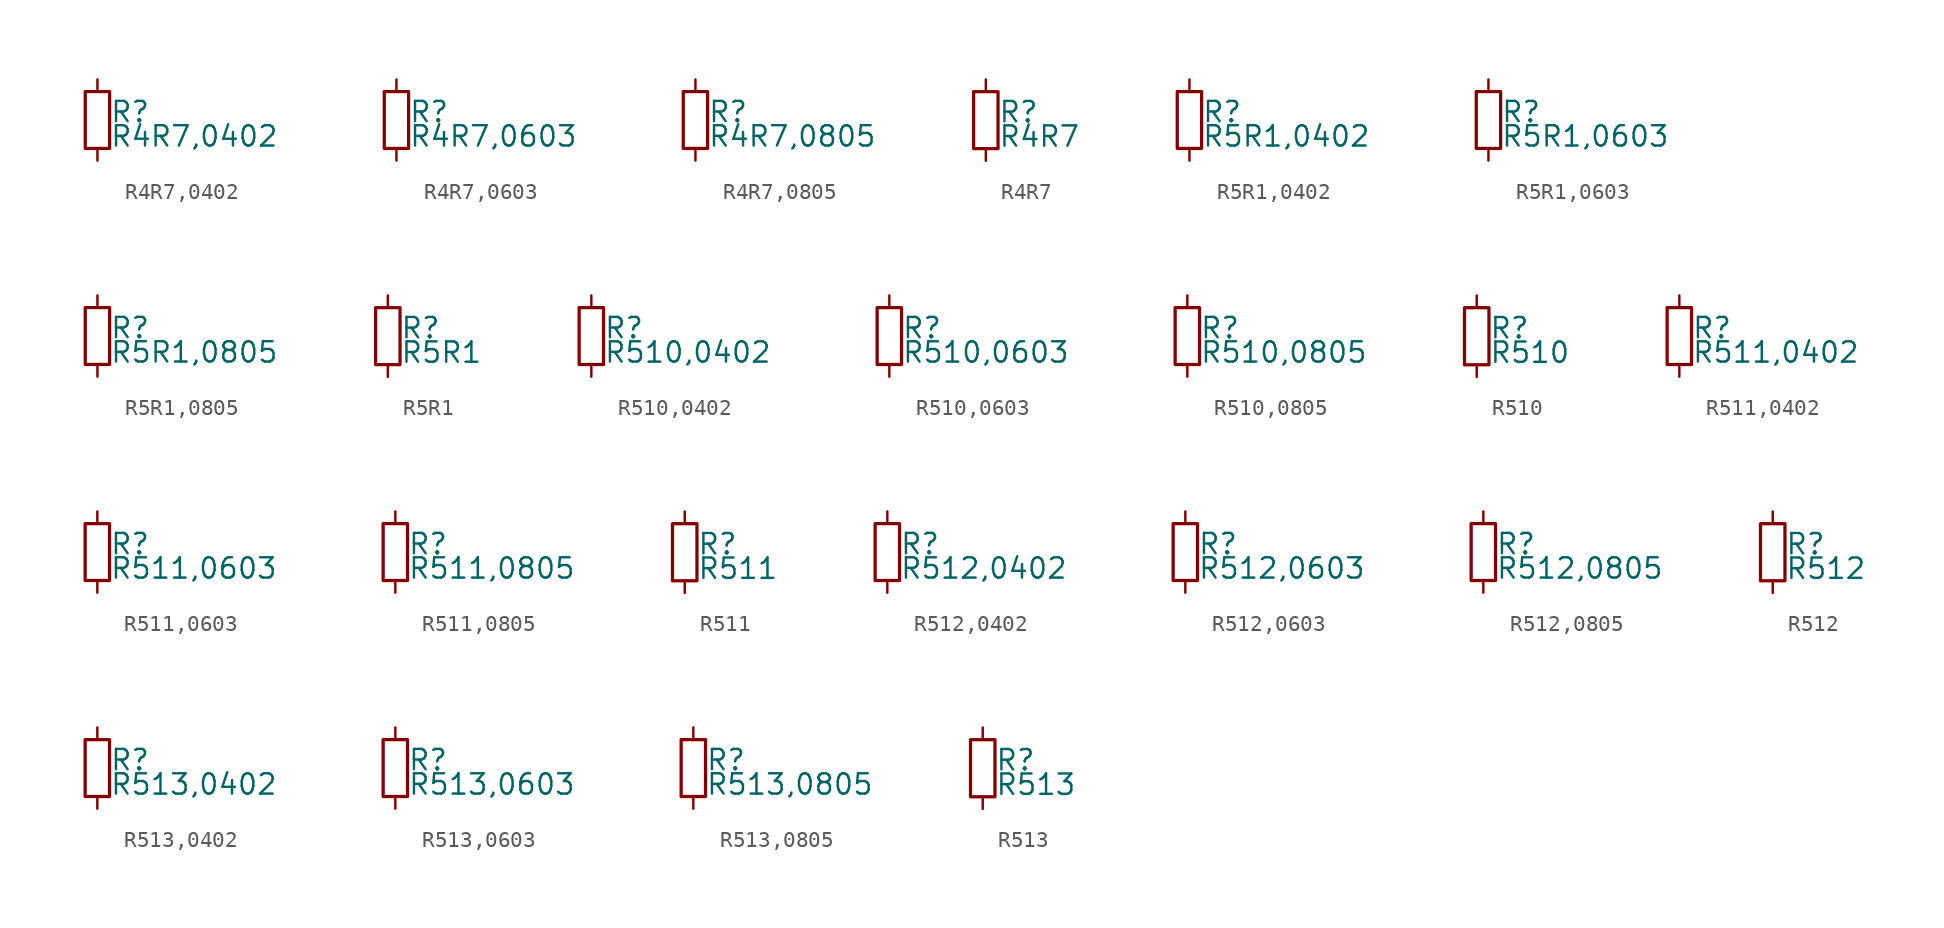
<source format=kicad_sym>
(kicad_symbol_lib
  (version 20211014)
  (generator kicad_symbol_editor)
  (symbol "R4R7,0402"
    (pin_numbers hide)
    (pin_names
      (offset 0.254) hide)
    (property "Reference" "R"
      (at 0.762 0.508 0)
      (effects (font (size 1.27 1.27)) (justify left)))
    (property "Value" "R4R7,0402"
      (at 0.762 -1.016 0)
      (effects (font (size 1.27 1.27)) (justify left)))
    (symbol "R4R7,0402_0_1"
      (rectangle (start -0.762 1.778) (end 0.762 -1.778) (stroke (width 0.203) (type default) (color 0 0 0 0)) (fill (type none))))
    (symbol "R4R7,0402_1_1"
      (pin passive line (at 0 2.54 270) (length 0.762) (name "~" (effects (font (size 1.27 1.27)))) (number "1" (effects (font (size 1.27 1.27)))))
      (pin passive line (at 0 -2.54 90) (length 0.762) (name "~" (effects (font (size 1.27 1.27)))) (number "2" (effects (font (size 1.27 1.27)))))))
  (symbol "R4R7,0603"
    (pin_numbers hide)
    (pin_names
      (offset 0.254) hide)
    (property "Reference" "R"
      (at 0.762 0.508 0)
      (effects (font (size 1.27 1.27)) (justify left)))
    (property "Value" "R4R7,0603"
      (at 0.762 -1.016 0)
      (effects (font (size 1.27 1.27)) (justify left)))
    (symbol "R4R7,0603_0_1"
      (rectangle (start -0.762 1.778) (end 0.762 -1.778) (stroke (width 0.203) (type default) (color 0 0 0 0)) (fill (type none))))
    (symbol "R4R7,0603_1_1"
      (pin passive line (at 0 2.54 270) (length 0.762) (name "~" (effects (font (size 1.27 1.27)))) (number "1" (effects (font (size 1.27 1.27)))))
      (pin passive line (at 0 -2.54 90) (length 0.762) (name "~" (effects (font (size 1.27 1.27)))) (number "2" (effects (font (size 1.27 1.27)))))))
  (symbol "R4R7,0805"
    (pin_numbers hide)
    (pin_names
      (offset 0.254) hide)
    (property "Reference" "R"
      (at 0.762 0.508 0)
      (effects (font (size 1.27 1.27)) (justify left)))
    (property "Value" "R4R7,0805"
      (at 0.762 -1.016 0)
      (effects (font (size 1.27 1.27)) (justify left)))
    (symbol "R4R7,0805_0_1"
      (rectangle (start -0.762 1.778) (end 0.762 -1.778) (stroke (width 0.203) (type default) (color 0 0 0 0)) (fill (type none))))
    (symbol "R4R7,0805_1_1"
      (pin passive line (at 0 2.54 270) (length 0.762) (name "~" (effects (font (size 1.27 1.27)))) (number "1" (effects (font (size 1.27 1.27)))))
      (pin passive line (at 0 -2.54 90) (length 0.762) (name "~" (effects (font (size 1.27 1.27)))) (number "2" (effects (font (size 1.27 1.27)))))))
  (symbol "R4R7"
    (pin_numbers hide)
    (pin_names
      (offset 0.254) hide)
    (property "Reference" "R"
      (at 0.762 0.508 0)
      (effects (font (size 1.27 1.27)) (justify left)))
    (property "Value" "R4R7"
      (at 0.762 -1.016 0)
      (effects (font (size 1.27 1.27)) (justify left)))
    (symbol "R4R7_0_1"
      (rectangle (start -0.762 1.778) (end 0.762 -1.778) (stroke (width 0.203) (type default) (color 0 0 0 0)) (fill (type none))))
    (symbol "R4R7_1_1"
      (pin passive line (at 0 2.54 270) (length 0.762) (name "~" (effects (font (size 1.27 1.27)))) (number "1" (effects (font (size 1.27 1.27)))))
      (pin passive line (at 0 -2.54 90) (length 0.762) (name "~" (effects (font (size 1.27 1.27)))) (number "2" (effects (font (size 1.27 1.27)))))))
  (symbol "R5R1,0402"
    (pin_numbers hide)
    (pin_names
      (offset 0.254) hide)
    (property "Reference" "R"
      (at 0.762 0.508 0)
      (effects (font (size 1.27 1.27)) (justify left)))
    (property "Value" "R5R1,0402"
      (at 0.762 -1.016 0)
      (effects (font (size 1.27 1.27)) (justify left)))
    (symbol "R5R1,0402_0_1"
      (rectangle (start -0.762 1.778) (end 0.762 -1.778) (stroke (width 0.203) (type default) (color 0 0 0 0)) (fill (type none))))
    (symbol "R5R1,0402_1_1"
      (pin passive line (at 0 2.54 270) (length 0.762) (name "~" (effects (font (size 1.27 1.27)))) (number "1" (effects (font (size 1.27 1.27)))))
      (pin passive line (at 0 -2.54 90) (length 0.762) (name "~" (effects (font (size 1.27 1.27)))) (number "2" (effects (font (size 1.27 1.27)))))))
  (symbol "R5R1,0603"
    (pin_numbers hide)
    (pin_names
      (offset 0.254) hide)
    (property "Reference" "R"
      (at 0.762 0.508 0)
      (effects (font (size 1.27 1.27)) (justify left)))
    (property "Value" "R5R1,0603"
      (at 0.762 -1.016 0)
      (effects (font (size 1.27 1.27)) (justify left)))
    (symbol "R5R1,0603_0_1"
      (rectangle (start -0.762 1.778) (end 0.762 -1.778) (stroke (width 0.203) (type default) (color 0 0 0 0)) (fill (type none))))
    (symbol "R5R1,0603_1_1"
      (pin passive line (at 0 2.54 270) (length 0.762) (name "~" (effects (font (size 1.27 1.27)))) (number "1" (effects (font (size 1.27 1.27)))))
      (pin passive line (at 0 -2.54 90) (length 0.762) (name "~" (effects (font (size 1.27 1.27)))) (number "2" (effects (font (size 1.27 1.27)))))))
  (symbol "R5R1,0805"
    (pin_numbers hide)
    (pin_names
      (offset 0.254) hide)
    (property "Reference" "R"
      (at 0.762 0.508 0)
      (effects (font (size 1.27 1.27)) (justify left)))
    (property "Value" "R5R1,0805"
      (at 0.762 -1.016 0)
      (effects (font (size 1.27 1.27)) (justify left)))
    (symbol "R5R1,0805_0_1"
      (rectangle (start -0.762 1.778) (end 0.762 -1.778) (stroke (width 0.203) (type default) (color 0 0 0 0)) (fill (type none))))
    (symbol "R5R1,0805_1_1"
      (pin passive line (at 0 2.54 270) (length 0.762) (name "~" (effects (font (size 1.27 1.27)))) (number "1" (effects (font (size 1.27 1.27)))))
      (pin passive line (at 0 -2.54 90) (length 0.762) (name "~" (effects (font (size 1.27 1.27)))) (number "2" (effects (font (size 1.27 1.27)))))))
  (symbol "R5R1"
    (pin_numbers hide)
    (pin_names
      (offset 0.254) hide)
    (property "Reference" "R"
      (at 0.762 0.508 0)
      (effects (font (size 1.27 1.27)) (justify left)))
    (property "Value" "R5R1"
      (at 0.762 -1.016 0)
      (effects (font (size 1.27 1.27)) (justify left)))
    (symbol "R5R1_0_1"
      (rectangle (start -0.762 1.778) (end 0.762 -1.778) (stroke (width 0.203) (type default) (color 0 0 0 0)) (fill (type none))))
    (symbol "R5R1_1_1"
      (pin passive line (at 0 2.54 270) (length 0.762) (name "~" (effects (font (size 1.27 1.27)))) (number "1" (effects (font (size 1.27 1.27)))))
      (pin passive line (at 0 -2.54 90) (length 0.762) (name "~" (effects (font (size 1.27 1.27)))) (number "2" (effects (font (size 1.27 1.27)))))))
  (symbol "R510,0402"
    (pin_numbers hide)
    (pin_names
      (offset 0.254) hide)
    (property "Reference" "R"
      (at 0.762 0.508 0)
      (effects (font (size 1.27 1.27)) (justify left)))
    (property "Value" "R510,0402"
      (at 0.762 -1.016 0)
      (effects (font (size 1.27 1.27)) (justify left)))
    (symbol "R510,0402_0_1"
      (rectangle (start -0.762 1.778) (end 0.762 -1.778) (stroke (width 0.203) (type default) (color 0 0 0 0)) (fill (type none))))
    (symbol "R510,0402_1_1"
      (pin passive line (at 0 2.54 270) (length 0.762) (name "~" (effects (font (size 1.27 1.27)))) (number "1" (effects (font (size 1.27 1.27)))))
      (pin passive line (at 0 -2.54 90) (length 0.762) (name "~" (effects (font (size 1.27 1.27)))) (number "2" (effects (font (size 1.27 1.27)))))))
  (symbol "R510,0603"
    (pin_numbers hide)
    (pin_names
      (offset 0.254) hide)
    (property "Reference" "R"
      (at 0.762 0.508 0)
      (effects (font (size 1.27 1.27)) (justify left)))
    (property "Value" "R510,0603"
      (at 0.762 -1.016 0)
      (effects (font (size 1.27 1.27)) (justify left)))
    (symbol "R510,0603_0_1"
      (rectangle (start -0.762 1.778) (end 0.762 -1.778) (stroke (width 0.203) (type default) (color 0 0 0 0)) (fill (type none))))
    (symbol "R510,0603_1_1"
      (pin passive line (at 0 2.54 270) (length 0.762) (name "~" (effects (font (size 1.27 1.27)))) (number "1" (effects (font (size 1.27 1.27)))))
      (pin passive line (at 0 -2.54 90) (length 0.762) (name "~" (effects (font (size 1.27 1.27)))) (number "2" (effects (font (size 1.27 1.27)))))))
  (symbol "R510,0805"
    (pin_numbers hide)
    (pin_names
      (offset 0.254) hide)
    (property "Reference" "R"
      (at 0.762 0.508 0)
      (effects (font (size 1.27 1.27)) (justify left)))
    (property "Value" "R510,0805"
      (at 0.762 -1.016 0)
      (effects (font (size 1.27 1.27)) (justify left)))
    (symbol "R510,0805_0_1"
      (rectangle (start -0.762 1.778) (end 0.762 -1.778) (stroke (width 0.203) (type default) (color 0 0 0 0)) (fill (type none))))
    (symbol "R510,0805_1_1"
      (pin passive line (at 0 2.54 270) (length 0.762) (name "~" (effects (font (size 1.27 1.27)))) (number "1" (effects (font (size 1.27 1.27)))))
      (pin passive line (at 0 -2.54 90) (length 0.762) (name "~" (effects (font (size 1.27 1.27)))) (number "2" (effects (font (size 1.27 1.27)))))))
  (symbol "R510"
    (pin_numbers hide)
    (pin_names
      (offset 0.254) hide)
    (property "Reference" "R"
      (at 0.762 0.508 0)
      (effects (font (size 1.27 1.27)) (justify left)))
    (property "Value" "R510"
      (at 0.762 -1.016 0)
      (effects (font (size 1.27 1.27)) (justify left)))
    (symbol "R510_0_1"
      (rectangle (start -0.762 1.778) (end 0.762 -1.778) (stroke (width 0.203) (type default) (color 0 0 0 0)) (fill (type none))))
    (symbol "R510_1_1"
      (pin passive line (at 0 2.54 270) (length 0.762) (name "~" (effects (font (size 1.27 1.27)))) (number "1" (effects (font (size 1.27 1.27)))))
      (pin passive line (at 0 -2.54 90) (length 0.762) (name "~" (effects (font (size 1.27 1.27)))) (number "2" (effects (font (size 1.27 1.27)))))))
  (symbol "R511,0402"
    (pin_numbers hide)
    (pin_names
      (offset 0.254) hide)
    (property "Reference" "R"
      (at 0.762 0.508 0)
      (effects (font (size 1.27 1.27)) (justify left)))
    (property "Value" "R511,0402"
      (at 0.762 -1.016 0)
      (effects (font (size 1.27 1.27)) (justify left)))
    (symbol "R511,0402_0_1"
      (rectangle (start -0.762 1.778) (end 0.762 -1.778) (stroke (width 0.203) (type default) (color 0 0 0 0)) (fill (type none))))
    (symbol "R511,0402_1_1"
      (pin passive line (at 0 2.54 270) (length 0.762) (name "~" (effects (font (size 1.27 1.27)))) (number "1" (effects (font (size 1.27 1.27)))))
      (pin passive line (at 0 -2.54 90) (length 0.762) (name "~" (effects (font (size 1.27 1.27)))) (number "2" (effects (font (size 1.27 1.27)))))))
  (symbol "R511,0603"
    (pin_numbers hide)
    (pin_names
      (offset 0.254) hide)
    (property "Reference" "R"
      (at 0.762 0.508 0)
      (effects (font (size 1.27 1.27)) (justify left)))
    (property "Value" "R511,0603"
      (at 0.762 -1.016 0)
      (effects (font (size 1.27 1.27)) (justify left)))
    (symbol "R511,0603_0_1"
      (rectangle (start -0.762 1.778) (end 0.762 -1.778) (stroke (width 0.203) (type default) (color 0 0 0 0)) (fill (type none))))
    (symbol "R511,0603_1_1"
      (pin passive line (at 0 2.54 270) (length 0.762) (name "~" (effects (font (size 1.27 1.27)))) (number "1" (effects (font (size 1.27 1.27)))))
      (pin passive line (at 0 -2.54 90) (length 0.762) (name "~" (effects (font (size 1.27 1.27)))) (number "2" (effects (font (size 1.27 1.27)))))))
  (symbol "R511,0805"
    (pin_numbers hide)
    (pin_names
      (offset 0.254) hide)
    (property "Reference" "R"
      (at 0.762 0.508 0)
      (effects (font (size 1.27 1.27)) (justify left)))
    (property "Value" "R511,0805"
      (at 0.762 -1.016 0)
      (effects (font (size 1.27 1.27)) (justify left)))
    (symbol "R511,0805_0_1"
      (rectangle (start -0.762 1.778) (end 0.762 -1.778) (stroke (width 0.203) (type default) (color 0 0 0 0)) (fill (type none))))
    (symbol "R511,0805_1_1"
      (pin passive line (at 0 2.54 270) (length 0.762) (name "~" (effects (font (size 1.27 1.27)))) (number "1" (effects (font (size 1.27 1.27)))))
      (pin passive line (at 0 -2.54 90) (length 0.762) (name "~" (effects (font (size 1.27 1.27)))) (number "2" (effects (font (size 1.27 1.27)))))))
  (symbol "R511"
    (pin_numbers hide)
    (pin_names
      (offset 0.254) hide)
    (property "Reference" "R"
      (at 0.762 0.508 0)
      (effects (font (size 1.27 1.27)) (justify left)))
    (property "Value" "R511"
      (at 0.762 -1.016 0)
      (effects (font (size 1.27 1.27)) (justify left)))
    (symbol "R511_0_1"
      (rectangle (start -0.762 1.778) (end 0.762 -1.778) (stroke (width 0.203) (type default) (color 0 0 0 0)) (fill (type none))))
    (symbol "R511_1_1"
      (pin passive line (at 0 2.54 270) (length 0.762) (name "~" (effects (font (size 1.27 1.27)))) (number "1" (effects (font (size 1.27 1.27)))))
      (pin passive line (at 0 -2.54 90) (length 0.762) (name "~" (effects (font (size 1.27 1.27)))) (number "2" (effects (font (size 1.27 1.27)))))))
  (symbol "R512,0402"
    (pin_numbers hide)
    (pin_names
      (offset 0.254) hide)
    (property "Reference" "R"
      (at 0.762 0.508 0)
      (effects (font (size 1.27 1.27)) (justify left)))
    (property "Value" "R512,0402"
      (at 0.762 -1.016 0)
      (effects (font (size 1.27 1.27)) (justify left)))
    (symbol "R512,0402_0_1"
      (rectangle (start -0.762 1.778) (end 0.762 -1.778) (stroke (width 0.203) (type default) (color 0 0 0 0)) (fill (type none))))
    (symbol "R512,0402_1_1"
      (pin passive line (at 0 2.54 270) (length 0.762) (name "~" (effects (font (size 1.27 1.27)))) (number "1" (effects (font (size 1.27 1.27)))))
      (pin passive line (at 0 -2.54 90) (length 0.762) (name "~" (effects (font (size 1.27 1.27)))) (number "2" (effects (font (size 1.27 1.27)))))))
  (symbol "R512,0603"
    (pin_numbers hide)
    (pin_names
      (offset 0.254) hide)
    (property "Reference" "R"
      (at 0.762 0.508 0)
      (effects (font (size 1.27 1.27)) (justify left)))
    (property "Value" "R512,0603"
      (at 0.762 -1.016 0)
      (effects (font (size 1.27 1.27)) (justify left)))
    (symbol "R512,0603_0_1"
      (rectangle (start -0.762 1.778) (end 0.762 -1.778) (stroke (width 0.203) (type default) (color 0 0 0 0)) (fill (type none))))
    (symbol "R512,0603_1_1"
      (pin passive line (at 0 2.54 270) (length 0.762) (name "~" (effects (font (size 1.27 1.27)))) (number "1" (effects (font (size 1.27 1.27)))))
      (pin passive line (at 0 -2.54 90) (length 0.762) (name "~" (effects (font (size 1.27 1.27)))) (number "2" (effects (font (size 1.27 1.27)))))))
  (symbol "R512,0805"
    (pin_numbers hide)
    (pin_names
      (offset 0.254) hide)
    (property "Reference" "R"
      (at 0.762 0.508 0)
      (effects (font (size 1.27 1.27)) (justify left)))
    (property "Value" "R512,0805"
      (at 0.762 -1.016 0)
      (effects (font (size 1.27 1.27)) (justify left)))
    (symbol "R512,0805_0_1"
      (rectangle (start -0.762 1.778) (end 0.762 -1.778) (stroke (width 0.203) (type default) (color 0 0 0 0)) (fill (type none))))
    (symbol "R512,0805_1_1"
      (pin passive line (at 0 2.54 270) (length 0.762) (name "~" (effects (font (size 1.27 1.27)))) (number "1" (effects (font (size 1.27 1.27)))))
      (pin passive line (at 0 -2.54 90) (length 0.762) (name "~" (effects (font (size 1.27 1.27)))) (number "2" (effects (font (size 1.27 1.27)))))))
  (symbol "R512"
    (pin_numbers hide)
    (pin_names
      (offset 0.254) hide)
    (property "Reference" "R"
      (at 0.762 0.508 0)
      (effects (font (size 1.27 1.27)) (justify left)))
    (property "Value" "R512"
      (at 0.762 -1.016 0)
      (effects (font (size 1.27 1.27)) (justify left)))
    (symbol "R512_0_1"
      (rectangle (start -0.762 1.778) (end 0.762 -1.778) (stroke (width 0.203) (type default) (color 0 0 0 0)) (fill (type none))))
    (symbol "R512_1_1"
      (pin passive line (at 0 2.54 270) (length 0.762) (name "~" (effects (font (size 1.27 1.27)))) (number "1" (effects (font (size 1.27 1.27)))))
      (pin passive line (at 0 -2.54 90) (length 0.762) (name "~" (effects (font (size 1.27 1.27)))) (number "2" (effects (font (size 1.27 1.27)))))))
  (symbol "R513,0402"
    (pin_numbers hide)
    (pin_names
      (offset 0.254) hide)
    (property "Reference" "R"
      (at 0.762 0.508 0)
      (effects (font (size 1.27 1.27)) (justify left)))
    (property "Value" "R513,0402"
      (at 0.762 -1.016 0)
      (effects (font (size 1.27 1.27)) (justify left)))
    (symbol "R513,0402_0_1"
      (rectangle (start -0.762 1.778) (end 0.762 -1.778) (stroke (width 0.203) (type default) (color 0 0 0 0)) (fill (type none))))
    (symbol "R513,0402_1_1"
      (pin passive line (at 0 2.54 270) (length 0.762) (name "~" (effects (font (size 1.27 1.27)))) (number "1" (effects (font (size 1.27 1.27)))))
      (pin passive line (at 0 -2.54 90) (length 0.762) (name "~" (effects (font (size 1.27 1.27)))) (number "2" (effects (font (size 1.27 1.27)))))))
  (symbol "R513,0603"
    (pin_numbers hide)
    (pin_names
      (offset 0.254) hide)
    (property "Reference" "R"
      (at 0.762 0.508 0)
      (effects (font (size 1.27 1.27)) (justify left)))
    (property "Value" "R513,0603"
      (at 0.762 -1.016 0)
      (effects (font (size 1.27 1.27)) (justify left)))
    (symbol "R513,0603_0_1"
      (rectangle (start -0.762 1.778) (end 0.762 -1.778) (stroke (width 0.203) (type default) (color 0 0 0 0)) (fill (type none))))
    (symbol "R513,0603_1_1"
      (pin passive line (at 0 2.54 270) (length 0.762) (name "~" (effects (font (size 1.27 1.27)))) (number "1" (effects (font (size 1.27 1.27)))))
      (pin passive line (at 0 -2.54 90) (length 0.762) (name "~" (effects (font (size 1.27 1.27)))) (number "2" (effects (font (size 1.27 1.27)))))))
  (symbol "R513,0805"
    (pin_numbers hide)
    (pin_names
      (offset 0.254) hide)
    (property "Reference" "R"
      (at 0.762 0.508 0)
      (effects (font (size 1.27 1.27)) (justify left)))
    (property "Value" "R513,0805"
      (at 0.762 -1.016 0)
      (effects (font (size 1.27 1.27)) (justify left)))
    (symbol "R513,0805_0_1"
      (rectangle (start -0.762 1.778) (end 0.762 -1.778) (stroke (width 0.203) (type default) (color 0 0 0 0)) (fill (type none))))
    (symbol "R513,0805_1_1"
      (pin passive line (at 0 2.54 270) (length 0.762) (name "~" (effects (font (size 1.27 1.27)))) (number "1" (effects (font (size 1.27 1.27)))))
      (pin passive line (at 0 -2.54 90) (length 0.762) (name "~" (effects (font (size 1.27 1.27)))) (number "2" (effects (font (size 1.27 1.27)))))))
  (symbol "R513"
    (pin_numbers hide)
    (pin_names
      (offset 0.254) hide)
    (property "Reference" "R"
      (at 0.762 0.508 0)
      (effects (font (size 1.27 1.27)) (justify left)))
    (property "Value" "R513"
      (at 0.762 -1.016 0)
      (effects (font (size 1.27 1.27)) (justify left)))
    (symbol "R513_0_1"
      (rectangle (start -0.762 1.778) (end 0.762 -1.778) (stroke (width 0.203) (type default) (color 0 0 0 0)) (fill (type none))))
    (symbol "R513_1_1"
      (pin passive line (at 0 2.54 270) (length 0.762) (name "~" (effects (font (size 1.27 1.27)))) (number "1" (effects (font (size 1.27 1.27)))))
      (pin passive line (at 0 -2.54 90) (length 0.762) (name "~" (effects (font (size 1.27 1.27)))) (number "2" (effects (font (size 1.27 1.27))))))))
</source>
